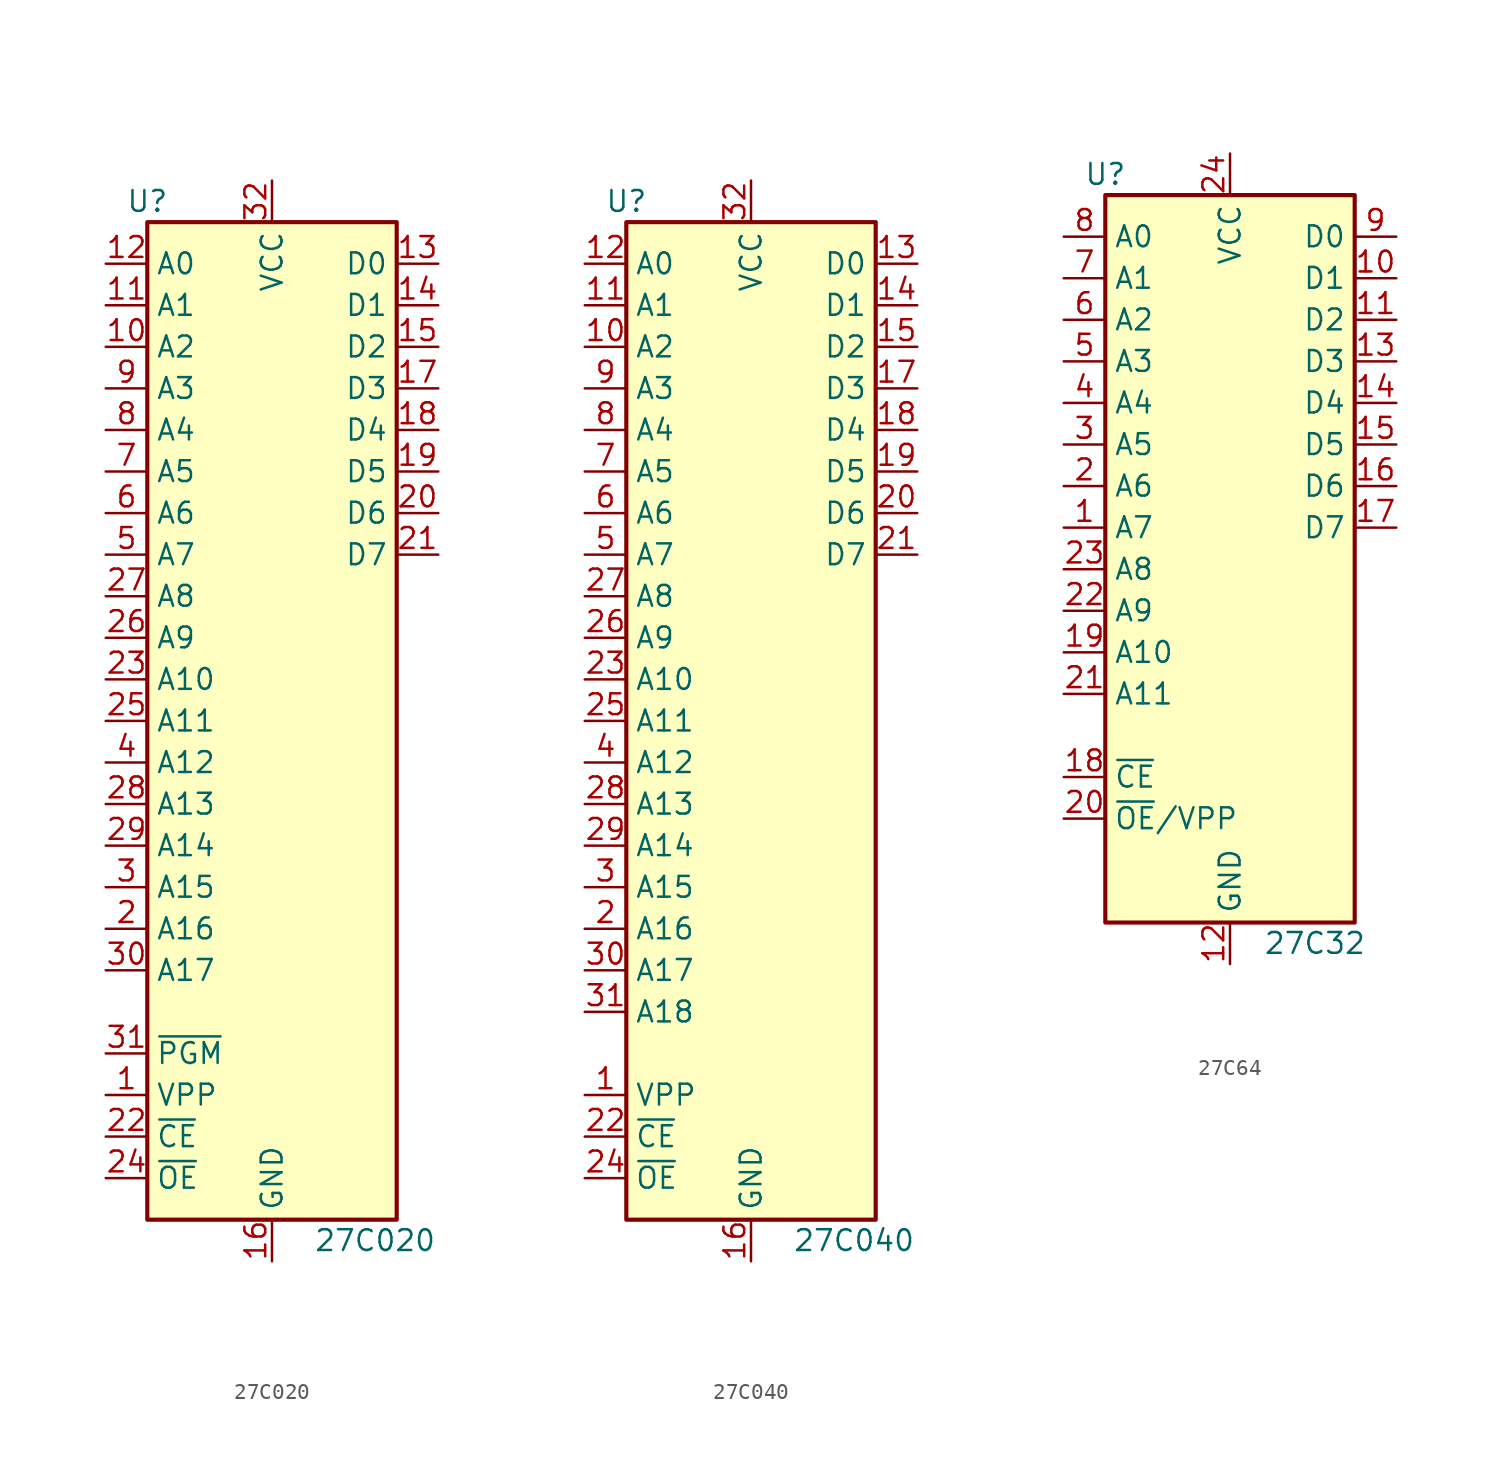
<source format=kicad_sym>
(kicad_symbol_lib
  (version 20231120)
  (generator "kicad_symbol_editor")
  (generator_version "8.0")
  (symbol "27C020"
    (property "Reference" "U"
      (at -7.62 31.75 0)
      (effects (font (size 1.27 1.27))))
    (property "Value" "27C020"
      (at 2.54 -31.75 0)
      (effects (font (size 1.27 1.27)) (justify left)))
    (symbol "27C020_1_1"
      (rectangle (start -7.62 30.48) (end 7.62 -30.48) (stroke (width 0.254) (type default)) (fill (type background)))
      (pin input line (at -10.16 -22.86 0) (length 2.54) (name "VPP" (effects (font (size 1.27 1.27)))) (number "1" (effects (font (size 1.27 1.27)))))
      (pin input line (at -10.16 22.86 0) (length 2.54) (name "A2" (effects (font (size 1.27 1.27)))) (number "10" (effects (font (size 1.27 1.27)))))
      (pin input line (at -10.16 25.4 0) (length 2.54) (name "A1" (effects (font (size 1.27 1.27)))) (number "11" (effects (font (size 1.27 1.27)))))
      (pin input line (at -10.16 27.94 0) (length 2.54) (name "A0" (effects (font (size 1.27 1.27)))) (number "12" (effects (font (size 1.27 1.27)))))
      (pin tri_state line (at 10.16 27.94 180) (length 2.54) (name "D0" (effects (font (size 1.27 1.27)))) (number "13" (effects (font (size 1.27 1.27)))))
      (pin tri_state line (at 10.16 25.4 180) (length 2.54) (name "D1" (effects (font (size 1.27 1.27)))) (number "14" (effects (font (size 1.27 1.27)))))
      (pin tri_state line (at 10.16 22.86 180) (length 2.54) (name "D2" (effects (font (size 1.27 1.27)))) (number "15" (effects (font (size 1.27 1.27)))))
      (pin power_in line (at 0 -33.02 90) (length 2.54) (name "GND" (effects (font (size 1.27 1.27)))) (number "16" (effects (font (size 1.27 1.27)))))
      (pin tri_state line (at 10.16 20.32 180) (length 2.54) (name "D3" (effects (font (size 1.27 1.27)))) (number "17" (effects (font (size 1.27 1.27)))))
      (pin tri_state line (at 10.16 17.78 180) (length 2.54) (name "D4" (effects (font (size 1.27 1.27)))) (number "18" (effects (font (size 1.27 1.27)))))
      (pin tri_state line (at 10.16 15.24 180) (length 2.54) (name "D5" (effects (font (size 1.27 1.27)))) (number "19" (effects (font (size 1.27 1.27)))))
      (pin input line (at -10.16 -12.7 0) (length 2.54) (name "A16" (effects (font (size 1.27 1.27)))) (number "2" (effects (font (size 1.27 1.27)))))
      (pin tri_state line (at 10.16 12.7 180) (length 2.54) (name "D6" (effects (font (size 1.27 1.27)))) (number "20" (effects (font (size 1.27 1.27)))))
      (pin tri_state line (at 10.16 10.16 180) (length 2.54) (name "D7" (effects (font (size 1.27 1.27)))) (number "21" (effects (font (size 1.27 1.27)))))
      (pin input line (at -10.16 -25.4 0) (length 2.54) (name "~{CE}" (effects (font (size 1.27 1.27)))) (number "22" (effects (font (size 1.27 1.27)))))
      (pin input line (at -10.16 2.54 0) (length 2.54) (name "A10" (effects (font (size 1.27 1.27)))) (number "23" (effects (font (size 1.27 1.27)))))
      (pin input line (at -10.16 -27.94 0) (length 2.54) (name "~{OE}" (effects (font (size 1.27 1.27)))) (number "24" (effects (font (size 1.27 1.27)))))
      (pin input line (at -10.16 0 0) (length 2.54) (name "A11" (effects (font (size 1.27 1.27)))) (number "25" (effects (font (size 1.27 1.27)))))
      (pin input line (at -10.16 5.08 0) (length 2.54) (name "A9" (effects (font (size 1.27 1.27)))) (number "26" (effects (font (size 1.27 1.27)))))
      (pin input line (at -10.16 7.62 0) (length 2.54) (name "A8" (effects (font (size 1.27 1.27)))) (number "27" (effects (font (size 1.27 1.27)))))
      (pin input line (at -10.16 -5.08 0) (length 2.54) (name "A13" (effects (font (size 1.27 1.27)))) (number "28" (effects (font (size 1.27 1.27)))))
      (pin input line (at -10.16 -7.62 0) (length 2.54) (name "A14" (effects (font (size 1.27 1.27)))) (number "29" (effects (font (size 1.27 1.27)))))
      (pin input line (at -10.16 -10.16 0) (length 2.54) (name "A15" (effects (font (size 1.27 1.27)))) (number "3" (effects (font (size 1.27 1.27)))))
      (pin input line (at -10.16 -15.24 0) (length 2.54) (name "A17" (effects (font (size 1.27 1.27)))) (number "30" (effects (font (size 1.27 1.27)))))
      (pin input line (at -10.16 -20.32 0) (length 2.54) (name "~{PGM}" (effects (font (size 1.27 1.27)))) (number "31" (effects (font (size 1.27 1.27)))))
      (pin power_in line (at 0 33.02 270) (length 2.54) (name "VCC" (effects (font (size 1.27 1.27)))) (number "32" (effects (font (size 1.27 1.27)))))
      (pin input line (at -10.16 -2.54 0) (length 2.54) (name "A12" (effects (font (size 1.27 1.27)))) (number "4" (effects (font (size 1.27 1.27)))))
      (pin input line (at -10.16 10.16 0) (length 2.54) (name "A7" (effects (font (size 1.27 1.27)))) (number "5" (effects (font (size 1.27 1.27)))))
      (pin input line (at -10.16 12.7 0) (length 2.54) (name "A6" (effects (font (size 1.27 1.27)))) (number "6" (effects (font (size 1.27 1.27)))))
      (pin input line (at -10.16 15.24 0) (length 2.54) (name "A5" (effects (font (size 1.27 1.27)))) (number "7" (effects (font (size 1.27 1.27)))))
      (pin input line (at -10.16 17.78 0) (length 2.54) (name "A4" (effects (font (size 1.27 1.27)))) (number "8" (effects (font (size 1.27 1.27)))))
      (pin input line (at -10.16 20.32 0) (length 2.54) (name "A3" (effects (font (size 1.27 1.27)))) (number "9" (effects (font (size 1.27 1.27)))))))
  (symbol "27C040"
    (property "Reference" "U"
      (at -7.62 31.75 0)
      (effects (font (size 1.27 1.27))))
    (property "Value" "27C040"
      (at 2.54 -31.75 0)
      (effects (font (size 1.27 1.27)) (justify left)))
    (symbol "27C040_1_1"
      (rectangle (start -7.62 30.48) (end 7.62 -30.48) (stroke (width 0.254) (type default)) (fill (type background)))
      (pin input line (at -10.16 -22.86 0) (length 2.54) (name "VPP" (effects (font (size 1.27 1.27)))) (number "1" (effects (font (size 1.27 1.27)))))
      (pin input line (at -10.16 22.86 0) (length 2.54) (name "A2" (effects (font (size 1.27 1.27)))) (number "10" (effects (font (size 1.27 1.27)))))
      (pin input line (at -10.16 25.4 0) (length 2.54) (name "A1" (effects (font (size 1.27 1.27)))) (number "11" (effects (font (size 1.27 1.27)))))
      (pin input line (at -10.16 27.94 0) (length 2.54) (name "A0" (effects (font (size 1.27 1.27)))) (number "12" (effects (font (size 1.27 1.27)))))
      (pin tri_state line (at 10.16 27.94 180) (length 2.54) (name "D0" (effects (font (size 1.27 1.27)))) (number "13" (effects (font (size 1.27 1.27)))))
      (pin tri_state line (at 10.16 25.4 180) (length 2.54) (name "D1" (effects (font (size 1.27 1.27)))) (number "14" (effects (font (size 1.27 1.27)))))
      (pin tri_state line (at 10.16 22.86 180) (length 2.54) (name "D2" (effects (font (size 1.27 1.27)))) (number "15" (effects (font (size 1.27 1.27)))))
      (pin power_in line (at 0 -33.02 90) (length 2.54) (name "GND" (effects (font (size 1.27 1.27)))) (number "16" (effects (font (size 1.27 1.27)))))
      (pin tri_state line (at 10.16 20.32 180) (length 2.54) (name "D3" (effects (font (size 1.27 1.27)))) (number "17" (effects (font (size 1.27 1.27)))))
      (pin tri_state line (at 10.16 17.78 180) (length 2.54) (name "D4" (effects (font (size 1.27 1.27)))) (number "18" (effects (font (size 1.27 1.27)))))
      (pin tri_state line (at 10.16 15.24 180) (length 2.54) (name "D5" (effects (font (size 1.27 1.27)))) (number "19" (effects (font (size 1.27 1.27)))))
      (pin input line (at -10.16 -12.7 0) (length 2.54) (name "A16" (effects (font (size 1.27 1.27)))) (number "2" (effects (font (size 1.27 1.27)))))
      (pin tri_state line (at 10.16 12.7 180) (length 2.54) (name "D6" (effects (font (size 1.27 1.27)))) (number "20" (effects (font (size 1.27 1.27)))))
      (pin tri_state line (at 10.16 10.16 180) (length 2.54) (name "D7" (effects (font (size 1.27 1.27)))) (number "21" (effects (font (size 1.27 1.27)))))
      (pin input line (at -10.16 -25.4 0) (length 2.54) (name "~{CE}" (effects (font (size 1.27 1.27)))) (number "22" (effects (font (size 1.27 1.27)))))
      (pin input line (at -10.16 2.54 0) (length 2.54) (name "A10" (effects (font (size 1.27 1.27)))) (number "23" (effects (font (size 1.27 1.27)))))
      (pin input line (at -10.16 -27.94 0) (length 2.54) (name "~{OE}" (effects (font (size 1.27 1.27)))) (number "24" (effects (font (size 1.27 1.27)))))
      (pin input line (at -10.16 0 0) (length 2.54) (name "A11" (effects (font (size 1.27 1.27)))) (number "25" (effects (font (size 1.27 1.27)))))
      (pin input line (at -10.16 5.08 0) (length 2.54) (name "A9" (effects (font (size 1.27 1.27)))) (number "26" (effects (font (size 1.27 1.27)))))
      (pin input line (at -10.16 7.62 0) (length 2.54) (name "A8" (effects (font (size 1.27 1.27)))) (number "27" (effects (font (size 1.27 1.27)))))
      (pin input line (at -10.16 -5.08 0) (length 2.54) (name "A13" (effects (font (size 1.27 1.27)))) (number "28" (effects (font (size 1.27 1.27)))))
      (pin input line (at -10.16 -7.62 0) (length 2.54) (name "A14" (effects (font (size 1.27 1.27)))) (number "29" (effects (font (size 1.27 1.27)))))
      (pin input line (at -10.16 -10.16 0) (length 2.54) (name "A15" (effects (font (size 1.27 1.27)))) (number "3" (effects (font (size 1.27 1.27)))))
      (pin input line (at -10.16 -15.24 0) (length 2.54) (name "A17" (effects (font (size 1.27 1.27)))) (number "30" (effects (font (size 1.27 1.27)))))
      (pin input line (at -10.16 -17.78 0) (length 2.54) (name "A18" (effects (font (size 1.27 1.27)))) (number "31" (effects (font (size 1.27 1.27)))))
      (pin power_in line (at 0 33.02 270) (length 2.54) (name "VCC" (effects (font (size 1.27 1.27)))) (number "32" (effects (font (size 1.27 1.27)))))
      (pin input line (at -10.16 -2.54 0) (length 2.54) (name "A12" (effects (font (size 1.27 1.27)))) (number "4" (effects (font (size 1.27 1.27)))))
      (pin input line (at -10.16 10.16 0) (length 2.54) (name "A7" (effects (font (size 1.27 1.27)))) (number "5" (effects (font (size 1.27 1.27)))))
      (pin input line (at -10.16 12.7 0) (length 2.54) (name "A6" (effects (font (size 1.27 1.27)))) (number "6" (effects (font (size 1.27 1.27)))))
      (pin input line (at -10.16 15.24 0) (length 2.54) (name "A5" (effects (font (size 1.27 1.27)))) (number "7" (effects (font (size 1.27 1.27)))))
      (pin input line (at -10.16 17.78 0) (length 2.54) (name "A4" (effects (font (size 1.27 1.27)))) (number "8" (effects (font (size 1.27 1.27)))))
      (pin input line (at -10.16 20.32 0) (length 2.54) (name "A3" (effects (font (size 1.27 1.27)))) (number "9" (effects (font (size 1.27 1.27)))))))
  (symbol "27C64"
    (property "Reference" "U"
      (at -7.62 24.13 0)
      (effects (font (size 1.27 1.27))))
    (property "Value" "27C32"
      (at 2.032 -22.86 0)
      (effects (font (size 1.27 1.27)) (justify left)))
    (symbol "27C64_1_1"
      (rectangle (start -7.62 22.86) (end 7.62 -21.59) (stroke (width 0.254) (type default)) (fill (type background)))
      (pin input line (at -10.16 2.54 0) (length 2.54) (name "A7" (effects (font (size 1.27 1.27)))) (number "1" (effects (font (size 1.27 1.27)))))
      (pin tri_state line (at 10.16 17.78 180) (length 2.54) (name "D1" (effects (font (size 1.27 1.27)))) (number "10" (effects (font (size 1.27 1.27)))))
      (pin tri_state line (at 10.16 15.24 180) (length 2.54) (name "D2" (effects (font (size 1.27 1.27)))) (number "11" (effects (font (size 1.27 1.27)))))
      (pin power_in line (at 0 -24.13 90) (length 2.54) (name "GND" (effects (font (size 1.27 1.27)))) (number "12" (effects (font (size 1.27 1.27)))))
      (pin tri_state line (at 10.16 12.7 180) (length 2.54) (name "D3" (effects (font (size 1.27 1.27)))) (number "13" (effects (font (size 1.27 1.27)))))
      (pin tri_state line (at 10.16 10.16 180) (length 2.54) (name "D4" (effects (font (size 1.27 1.27)))) (number "14" (effects (font (size 1.27 1.27)))))
      (pin tri_state line (at 10.16 7.62 180) (length 2.54) (name "D5" (effects (font (size 1.27 1.27)))) (number "15" (effects (font (size 1.27 1.27)))))
      (pin tri_state line (at 10.16 5.08 180) (length 2.54) (name "D6" (effects (font (size 1.27 1.27)))) (number "16" (effects (font (size 1.27 1.27)))))
      (pin tri_state line (at 10.16 2.54 180) (length 2.54) (name "D7" (effects (font (size 1.27 1.27)))) (number "17" (effects (font (size 1.27 1.27)))))
      (pin input line (at -10.16 -12.7 0) (length 2.54) (name "~{CE}" (effects (font (size 1.27 1.27)))) (number "18" (effects (font (size 1.27 1.27)))))
      (pin input line (at -10.16 -5.08 0) (length 2.54) (name "A10" (effects (font (size 1.27 1.27)))) (number "19" (effects (font (size 1.27 1.27)))))
      (pin input line (at -10.16 5.08 0) (length 2.54) (name "A6" (effects (font (size 1.27 1.27)))) (number "2" (effects (font (size 1.27 1.27)))))
      (pin input line (at -10.16 -15.24 0) (length 2.54) (name "~{OE}/VPP" (effects (font (size 1.27 1.27)))) (number "20" (effects (font (size 1.27 1.27)))))
      (pin input line (at -10.16 -7.62 0) (length 2.54) (name "A11" (effects (font (size 1.27 1.27)))) (number "21" (effects (font (size 1.27 1.27)))))
      (pin input line (at -10.16 -2.54 0) (length 2.54) (name "A9" (effects (font (size 1.27 1.27)))) (number "22" (effects (font (size 1.27 1.27)))))
      (pin input line (at -10.16 0 0) (length 2.54) (name "A8" (effects (font (size 1.27 1.27)))) (number "23" (effects (font (size 1.27 1.27)))))
      (pin power_in line (at 0 25.4 270) (length 2.54) (name "VCC" (effects (font (size 1.27 1.27)))) (number "24" (effects (font (size 1.27 1.27)))))
      (pin no_connect line (at 7.62 0 180) (length 2.54) hide (name "NC" (effects (font (size 1.27 1.27)))) (number "26" (effects (font (size 1.27 1.27)))))
      (pin input line (at -10.16 7.62 0) (length 2.54) (name "A5" (effects (font (size 1.27 1.27)))) (number "3" (effects (font (size 1.27 1.27)))))
      (pin input line (at -10.16 10.16 0) (length 2.54) (name "A4" (effects (font (size 1.27 1.27)))) (number "4" (effects (font (size 1.27 1.27)))))
      (pin input line (at -10.16 12.7 0) (length 2.54) (name "A3" (effects (font (size 1.27 1.27)))) (number "5" (effects (font (size 1.27 1.27)))))
      (pin input line (at -10.16 15.24 0) (length 2.54) (name "A2" (effects (font (size 1.27 1.27)))) (number "6" (effects (font (size 1.27 1.27)))))
      (pin input line (at -10.16 17.78 0) (length 2.54) (name "A1" (effects (font (size 1.27 1.27)))) (number "7" (effects (font (size 1.27 1.27)))))
      (pin input line (at -10.16 20.32 0) (length 2.54) (name "A0" (effects (font (size 1.27 1.27)))) (number "8" (effects (font (size 1.27 1.27)))))
      (pin tri_state line (at 10.16 20.32 180) (length 2.54) (name "D0" (effects (font (size 1.27 1.27)))) (number "9" (effects (font (size 1.27 1.27))))))))
</source>
